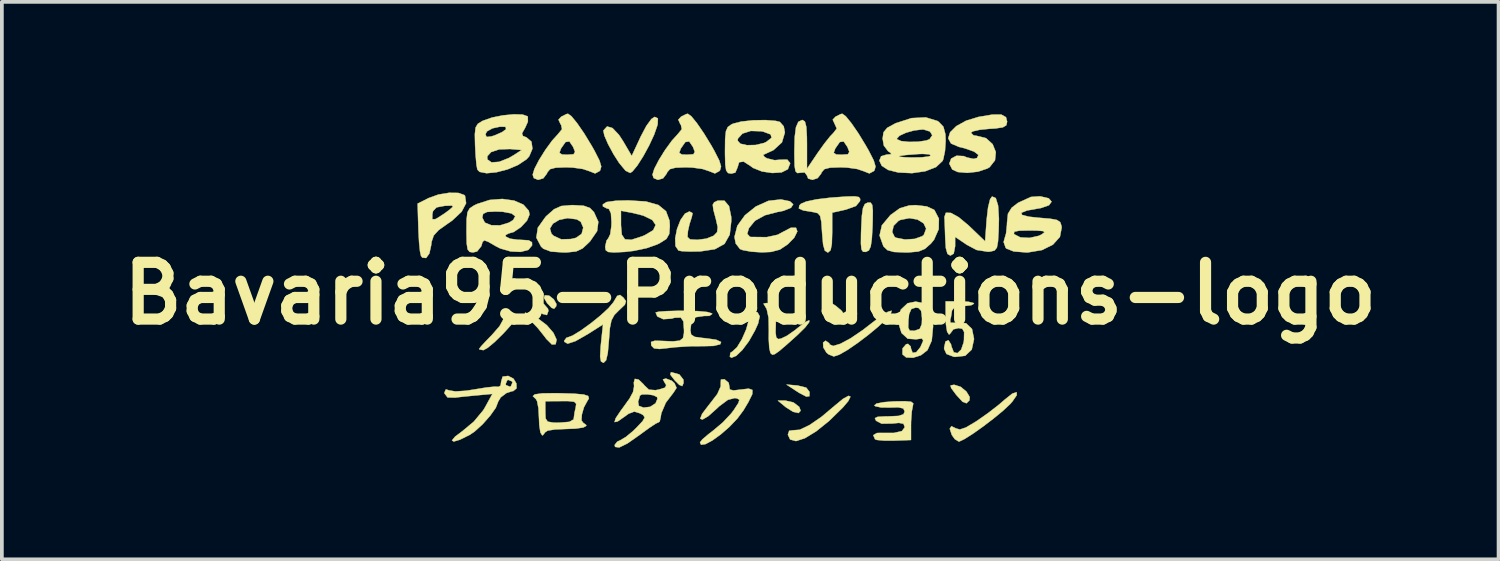
<source format=kicad_pcb>
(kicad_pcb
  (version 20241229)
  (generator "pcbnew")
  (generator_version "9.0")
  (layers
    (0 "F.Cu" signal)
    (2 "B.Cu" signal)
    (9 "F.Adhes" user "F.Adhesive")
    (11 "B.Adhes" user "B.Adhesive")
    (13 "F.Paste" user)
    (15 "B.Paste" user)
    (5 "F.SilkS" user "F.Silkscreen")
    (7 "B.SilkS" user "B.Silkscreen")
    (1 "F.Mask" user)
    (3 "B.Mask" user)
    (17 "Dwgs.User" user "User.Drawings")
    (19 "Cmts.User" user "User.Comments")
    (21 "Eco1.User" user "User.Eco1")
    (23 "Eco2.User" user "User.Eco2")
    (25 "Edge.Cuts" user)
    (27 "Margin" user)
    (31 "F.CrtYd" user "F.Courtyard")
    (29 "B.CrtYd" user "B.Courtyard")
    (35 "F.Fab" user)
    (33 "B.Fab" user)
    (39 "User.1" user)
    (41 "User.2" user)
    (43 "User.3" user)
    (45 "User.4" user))
  (footprint "Bavaria95-Productions-logo"
    (layer "F.Cu")
    (at 17.098 4.83)
    (property "Reference" "Bavaria95-Productions-logo" (at 0 0 0) (layer "F.SilkS") (effects (font (size 1.524 1.524) (thickness 0.3))))
    (attr through_hole)
    (fp_poly (pts (xy 1.269 2.473) (xy 1.504 2.53) (xy 1.593 2.646) (xy 1.59 2.761) (xy 1.506 2.771) (xy 1.319 2.673) (xy 1.228 2.615) (xy 0.974 2.448) (xy 1.269 2.473)) (stroke (width 0.01) (type solid)) (fill yes) (layer "F.SilkS"))
    (fp_poly (pts (xy -5.534 0.293) (xy -5.432 0.412) (xy -5.419 0.469) (xy -5.461 0.581) (xy -5.577 0.552) (xy -5.702 0.438) (xy -5.79 0.302) (xy -5.789 0.229) (xy -5.677 0.216) (xy -5.534 0.293)) (stroke (width 0.01) (type solid)) (fill yes) (layer "F.SilkS"))
    (fp_poly (pts (xy -5.401 0.06) (xy -5.276 0.159) (xy -5.204 0.285) (xy -5.211 0.345) (xy -5.267 0.412) (xy -5.336 0.385) (xy -5.453 0.262) (xy -5.538 0.121) (xy -5.516 0.05) (xy -5.401 0.06)) (stroke (width 0.01) (type solid)) (fill yes) (layer "F.SilkS"))
    (fp_poly (pts (xy -1.904 2.176) (xy -1.794 2.316) (xy -1.791 2.409) (xy -1.827 2.489) (xy -1.905 2.456) (xy -2.026 2.336) (xy -2.146 2.181) (xy -2.131 2.12) (xy -2.11 2.118) (xy -1.904 2.176)) (stroke (width 0.01) (type solid)) (fill yes) (layer "F.SilkS"))
    (fp_poly (pts (xy 1.161 2.928) (xy 1.316 3.047) (xy 1.355 3.15) (xy 1.297 3.213) (xy 1.151 3.179) (xy 0.959 3.058) (xy 0.943 3.045) (xy 0.743 2.879) (xy 0.947 2.879) (xy 1.161 2.928)) (stroke (width 0.01) (type solid)) (fill yes) (layer "F.SilkS"))
    (fp_poly (pts (xy 2.134 0.232) (xy 2.294 0.33) (xy 2.448 0.46) (xy 2.536 0.576) (xy 2.54 0.599) (xy 2.488 0.675) (xy 2.359 0.643) (xy 2.193 0.516) (xy 2.145 0.465) (xy 2.039 0.312) (xy 2.024 0.218) (xy 2.029 0.213) (xy 2.134 0.232)) (stroke (width 0.01) (type solid)) (fill yes) (layer "F.SilkS"))
    (fp_poly (pts (xy 5.652 2.509) (xy 5.805 2.635) (xy 5.894 2.781) (xy 5.888 2.873) (xy 5.807 2.95) (xy 5.704 2.911) (xy 5.55 2.744) (xy 5.518 2.705) (xy 5.397 2.542) (xy 5.379 2.472) (xy 5.46 2.456) (xy 5.484 2.455) (xy 5.652 2.509)) (stroke (width 0.01) (type solid)) (fill yes) (layer "F.SilkS"))
    (fp_poly (pts (xy -5.922 0.553) (xy -5.698 0.674) (xy -5.46 0.856) (xy -5.285 1.059) (xy -5.2 1.243) (xy -5.226 1.366) (xy -5.327 1.371) (xy -5.475 1.223) (xy -5.513 1.171) (xy -5.703 0.932) (xy -5.904 0.721) (xy -5.926 0.701) (xy -6.053 0.567) (xy -6.046 0.517) (xy -5.922 0.553)) (stroke (width 0.01) (type solid)) (fill yes) (layer "F.SilkS"))
    (fp_poly (pts (xy 2.692 2.772) (xy 2.633 2.892) (xy 2.491 3.06) (xy 2.12 3.423) (xy 1.771 3.704) (xy 1.467 3.889) (xy 1.227 3.966) (xy 1.072 3.923) (xy 1.011 3.794) (xy 1.046 3.689) (xy 1.153 3.675) (xy 1.329 3.662) (xy 1.592 3.536) (xy 1.917 3.312) (xy 2.267 3.017) (xy 2.493 2.831) (xy 2.64 2.751) (xy 2.692 2.772)) (stroke (width 0.01) (type solid)) (fill yes) (layer "F.SilkS"))
    (fp_poly (pts (xy 0.194 0.507) (xy 0.256 0.615) (xy 0.211 0.811) (xy 0.128 0.995) (xy -0.035 1.283) (xy -0.213 1.52) (xy -0.377 1.677) (xy -0.503 1.728) (xy -0.547 1.699) (xy -0.533 1.596) (xy -0.477 1.559) (xy -0.354 1.445) (xy -0.222 1.227) (xy -0.109 0.969) (xy -0.042 0.731) (xy -0.042 0.593) (xy -0.042 0.469) (xy 0.018 0.454) (xy 0.194 0.507)) (stroke (width 0.01) (type solid)) (fill yes) (layer "F.SilkS"))
    (fp_poly (pts (xy 3.233 -2.439) (xy 3.276 -2.378) (xy 3.293 -2.225) (xy 3.289 -1.947) (xy 3.285 -1.807) (xy 3.266 -1.466) (xy 3.236 -1.261) (xy 3.186 -1.155) (xy 3.108 -1.116) (xy 3.032 -1.117) (xy 2.989 -1.178) (xy 2.973 -1.331) (xy 2.976 -1.609) (xy 2.981 -1.749) (xy 2.999 -2.09) (xy 3.029 -2.295) (xy 3.079 -2.401) (xy 3.158 -2.44) (xy 3.233 -2.439)) (stroke (width 0.01) (type solid)) (fill yes) (layer "F.SilkS"))
    (fp_poly (pts (xy -6.389 0.542) (xy -6.316 0.61) (xy -6.312 0.689) (xy -6.39 0.811) (xy -6.568 1.009) (xy -6.644 1.09) (xy -6.864 1.306) (xy -7.051 1.461) (xy -7.166 1.524) (xy -7.168 1.524) (xy -7.272 1.504) (xy -7.281 1.492) (xy -7.226 1.419) (xy -7.084 1.266) (xy -6.933 1.111) (xy -6.731 0.879) (xy -6.634 0.702) (xy -6.633 0.638) (xy -6.639 0.501) (xy -6.538 0.47) (xy -6.389 0.542)) (stroke (width 0.01) (type solid)) (fill yes) (layer "F.SilkS"))
    (fp_poly (pts (xy 7.158 2.733) (xy 7.035 2.911) (xy 6.979 2.973) (xy 6.79 3.15) (xy 6.536 3.359) (xy 6.253 3.575) (xy 5.981 3.768) (xy 5.755 3.911) (xy 5.614 3.978) (xy 5.601 3.979) (xy 5.494 3.913) (xy 5.415 3.803) (xy 5.359 3.634) (xy 5.403 3.566) (xy 5.528 3.626) (xy 5.63 3.655) (xy 5.792 3.601) (xy 6.047 3.45) (xy 6.101 3.415) (xy 6.397 3.207) (xy 6.68 2.987) (xy 6.836 2.852) (xy 7.041 2.689) (xy 7.155 2.654) (xy 7.158 2.733)) (stroke (width 0.01) (type solid)) (fill yes) (layer "F.SilkS"))
    (fp_poly (pts (xy -2.48 -4.701) (xy -2.485 -4.554) (xy -2.495 -4.508) (xy -2.58 -4.264) (xy -2.714 -3.975) (xy -2.872 -3.685) (xy -3.03 -3.437) (xy -3.163 -3.275) (xy -3.224 -3.235) (xy -3.348 -3.296) (xy -3.522 -3.506) (xy -3.671 -3.739) (xy -3.819 -4.013) (xy -3.917 -4.239) (xy -3.944 -4.371) (xy -3.942 -4.377) (xy -3.844 -4.484) (xy -3.699 -4.441) (xy -3.524 -4.257) (xy -3.415 -4.09) (xy -3.182 -3.693) (xy -2.938 -4.217) (xy -2.789 -4.499) (xy -2.654 -4.684) (xy -2.566 -4.741) (xy -2.48 -4.701)) (stroke (width 0.01) (type solid)) (fill yes) (layer "F.SilkS"))
    (fp_poly (pts (xy 3.796 0.467) (xy 3.773 0.553) (xy 3.639 0.707) (xy 3.425 0.904) (xy 3.162 1.121) (xy 2.882 1.333) (xy 2.616 1.516) (xy 2.393 1.644) (xy 2.246 1.693) (xy 2.244 1.693) (xy 2.107 1.639) (xy 2.049 1.592) (xy 1.963 1.45) (xy 1.957 1.32) (xy 2.025 1.27) (xy 2.12 1.337) (xy 2.136 1.372) (xy 2.227 1.412) (xy 2.422 1.353) (xy 2.695 1.206) (xy 3.024 0.983) (xy 3.271 0.792) (xy 3.507 0.612) (xy 3.693 0.496) (xy 3.792 0.465) (xy 3.796 0.467)) (stroke (width 0.01) (type solid)) (fill yes) (layer "F.SilkS"))
    (fp_poly (pts (xy 2.917 -2.588) (xy 2.953 -2.54) (xy 2.949 -2.481) (xy 2.84 -2.348) (xy 2.567 -2.25) (xy 2.561 -2.249) (xy 2.201 -2.169) (xy 2.201 -1.635) (xy 2.192 -1.329) (xy 2.159 -1.161) (xy 2.095 -1.102) (xy 2.078 -1.101) (xy 2.004 -1.149) (xy 1.958 -1.311) (xy 1.931 -1.614) (xy 1.93 -1.63) (xy 1.911 -1.92) (xy 1.877 -2.082) (xy 1.812 -2.156) (xy 1.696 -2.184) (xy 1.693 -2.184) (xy 1.425 -2.228) (xy 1.306 -2.282) (xy 1.319 -2.361) (xy 1.361 -2.406) (xy 1.505 -2.468) (xy 1.779 -2.526) (xy 2.145 -2.57) (xy 2.23 -2.577) (xy 2.586 -2.602) (xy 2.805 -2.607) (xy 2.917 -2.588)) (stroke (width 0.01) (type solid)) (fill yes) (layer "F.SilkS"))
    (fp_poly (pts (xy 6.595 -2.56) (xy 6.657 -2.359) (xy 6.679 -2.005) (xy 6.672 -1.691) (xy 6.655 -1.396) (xy 6.625 -1.23) (xy 6.562 -1.152) (xy 6.447 -1.124) (xy 6.389 -1.118) (xy 6.079 -1.167) (xy 5.817 -1.306) (xy 5.503 -1.519) (xy 5.503 -1.267) (xy 5.465 -1.068) (xy 5.376 -1.016) (xy 5.298 -1.061) (xy 5.254 -1.217) (xy 5.237 -1.482) (xy 5.228 -1.76) (xy 5.22 -1.976) (xy 5.215 -2.052) (xy 5.255 -2.166) (xy 5.389 -2.162) (xy 5.598 -2.047) (xy 5.862 -1.828) (xy 5.887 -1.804) (xy 6.308 -1.4) (xy 6.35 -1.985) (xy 6.388 -2.31) (xy 6.442 -2.528) (xy 6.495 -2.603) (xy 6.595 -2.56)) (stroke (width 0.01) (type solid)) (fill yes) (layer "F.SilkS"))
    (fp_poly (pts (xy 0.508 0.267) (xy 0.622 0.297) (xy 0.68 0.371) (xy 0.696 0.535) (xy 0.688 0.777) (xy 0.681 1.047) (xy 0.699 1.185) (xy 0.754 1.226) (xy 0.826 1.215) (xy 0.989 1.136) (xy 1.202 0.987) (xy 1.273 0.929) (xy 1.482 0.767) (xy 1.585 0.721) (xy 1.583 0.774) (xy 1.477 0.912) (xy 1.268 1.118) (xy 1.257 1.128) (xy 0.966 1.388) (xy 0.776 1.55) (xy 0.66 1.631) (xy 0.595 1.647) (xy 0.554 1.613) (xy 0.541 1.593) (xy 0.511 1.46) (xy 0.497 1.217) (xy 0.5 0.996) (xy 0.493 0.654) (xy 0.443 0.422) (xy 0.412 0.368) (xy 0.356 0.275) (xy 0.431 0.258) (xy 0.508 0.267)) (stroke (width 0.01) (type solid)) (fill yes) (layer "F.SilkS"))
    (fp_poly (pts (xy 1.066 -2.474) (xy 1.155 -2.392) (xy 1.095 -2.3) (xy 0.892 -2.218) (xy 0.731 -2.187) (xy 0.395 -2.099) (xy 0.138 -1.957) (xy 0.117 -1.938) (xy -0.036 -1.751) (xy -0.08 -1.6) (xy -0.007 -1.52) (xy 0.021 -1.516) (xy 0.442 -1.511) (xy 0.739 -1.576) (xy 0.856 -1.64) (xy 1.089 -1.762) (xy 1.23 -1.762) (xy 1.265 -1.665) (xy 1.183 -1.498) (xy 1.01 -1.32) (xy 0.797 -1.177) (xy 0.558 -1.114) (xy 0.311 -1.103) (xy 0.029 -1.121) (xy -0.2 -1.163) (xy -0.275 -1.192) (xy -0.39 -1.342) (xy -0.423 -1.517) (xy -0.346 -1.816) (xy -0.141 -2.1) (xy 0.151 -2.334) (xy 0.489 -2.486) (xy 0.823 -2.524) (xy 1.066 -2.474)) (stroke (width 0.01) (type solid)) (fill yes) (layer "F.SilkS"))
    (fp_poly (pts (xy -3.409 0.11) (xy -3.337 0.208) (xy -3.366 0.302) (xy -3.513 0.444) (xy -3.52 0.449) (xy -3.649 0.579) (xy -3.727 0.724) (xy -3.77 0.935) (xy -3.795 1.26) (xy -3.825 1.601) (xy -3.87 1.795) (xy -3.936 1.862) (xy -3.945 1.863) (xy -4.008 1.827) (xy -4.031 1.698) (xy -4.017 1.443) (xy -4.008 1.348) (xy -3.954 0.834) (xy -4.364 1.094) (xy -4.694 1.282) (xy -4.903 1.35) (xy -4.992 1.3) (xy -4.995 1.27) (xy -4.933 1.188) (xy -4.913 1.185) (xy -4.77 1.132) (xy -4.545 0.994) (xy -4.282 0.804) (xy -4.022 0.594) (xy -3.806 0.395) (xy -3.676 0.24) (xy -3.669 0.228) (xy -3.573 0.067) (xy -3.496 0.041) (xy -3.409 0.11)) (stroke (width 0.01) (type solid)) (fill yes) (layer "F.SilkS"))
    (fp_poly (pts (xy -0.569 -2.345) (xy -0.511 -2.058) (xy -0.508 -1.95) (xy -0.55 -1.579) (xy -0.69 -1.331) (xy -0.947 -1.188) (xy -1.336 -1.129) (xy -1.62 -1.124) (xy -1.841 -1.135) (xy -1.926 -1.152) (xy -2.007 -1.27) (xy -2.015 -1.481) (xy -1.965 -1.732) (xy -1.872 -1.971) (xy -1.751 -2.144) (xy -1.632 -2.201) (xy -1.548 -2.155) (xy -1.569 -2.053) (xy -1.632 -1.856) (xy -1.673 -1.672) (xy -1.684 -1.515) (xy -1.615 -1.451) (xy -1.423 -1.439) (xy -1.177 -1.471) (xy -0.985 -1.548) (xy -0.981 -1.55) (xy -0.889 -1.646) (xy -0.873 -1.778) (xy -0.922 -1.995) (xy -0.989 -2.246) (xy -1.006 -2.382) (xy -0.968 -2.448) (xy -0.878 -2.49) (xy -0.694 -2.492) (xy -0.569 -2.345)) (stroke (width 0.01) (type solid)) (fill yes) (layer "F.SilkS"))
    (fp_poly (pts (xy -7.839 -2.699) (xy -7.678 -2.642) (xy -7.659 -2.62) (xy -7.63 -2.423) (xy -7.75 -2.195) (xy -8.005 -1.956) (xy -8.121 -1.876) (xy -8.366 -1.702) (xy -8.499 -1.557) (xy -8.556 -1.39) (xy -8.568 -1.295) (xy -8.617 -1.071) (xy -8.705 -0.951) (xy -8.805 -0.961) (xy -8.841 -1.006) (xy -8.868 -1.125) (xy -8.893 -1.366) (xy -8.91 -1.682) (xy -8.912 -1.751) (xy -8.92 -1.994) (xy -8.539 -1.994) (xy -8.463 -1.992) (xy -8.41 -2.019) (xy -8.218 -2.142) (xy -8.086 -2.239) (xy -7.985 -2.327) (xy -8.007 -2.359) (xy -8.174 -2.354) (xy -8.213 -2.351) (xy -8.423 -2.311) (xy -8.518 -2.212) (xy -8.537 -2.131) (xy -8.539 -1.994) (xy -8.92 -1.994) (xy -8.932 -2.413) (xy -8.636 -2.561) (xy -8.374 -2.655) (xy -8.089 -2.702) (xy -7.839 -2.699)) (stroke (width 0.01) (type solid)) (fill yes) (layer "F.SilkS"))
    (fp_poly (pts (xy -4.474 -2.355) (xy -4.304 -2.294) (xy -4.196 -2.182) (xy -4.079 -1.924) (xy -4.112 -1.673) (xy -4.301 -1.399) (xy -4.323 -1.376) (xy -4.5 -1.21) (xy -4.673 -1.128) (xy -4.915 -1.102) (xy -5.029 -1.101) (xy -5.351 -1.123) (xy -5.552 -1.198) (xy -5.617 -1.256) (xy -5.744 -1.498) (xy -5.707 -1.741) (xy -5.379 -1.741) (xy -5.337 -1.6) (xy -5.28 -1.547) (xy -5.075 -1.453) (xy -4.819 -1.46) (xy -4.678 -1.493) (xy -4.527 -1.6) (xy -4.484 -1.767) (xy -4.552 -1.925) (xy -4.659 -1.99) (xy -4.906 -2.022) (xy -5.13 -1.975) (xy -5.299 -1.874) (xy -5.379 -1.741) (xy -5.707 -1.741) (xy -5.704 -1.764) (xy -5.497 -2.055) (xy -5.469 -2.083) (xy -5.266 -2.262) (xy -5.075 -2.347) (xy -4.813 -2.37) (xy -4.755 -2.371) (xy -4.474 -2.355)) (stroke (width 0.01) (type solid)) (fill yes) (layer "F.SilkS"))
    (fp_poly (pts (xy 4.739 -2.337) (xy 4.937 -2.247) (xy 4.947 -2.238) (xy 5.067 -2.008) (xy 5.062 -1.725) (xy 4.937 -1.442) (xy 4.852 -1.338) (xy 4.691 -1.196) (xy 4.517 -1.125) (xy 4.263 -1.102) (xy 4.153 -1.101) (xy 3.86 -1.113) (xy 3.686 -1.161) (xy 3.583 -1.259) (xy 3.576 -1.269) (xy 3.474 -1.554) (xy 3.495 -1.648) (xy 3.813 -1.648) (xy 3.879 -1.516) (xy 3.916 -1.495) (xy 4.156 -1.448) (xy 4.416 -1.464) (xy 4.619 -1.536) (xy 4.663 -1.573) (xy 4.725 -1.739) (xy 4.656 -1.883) (xy 4.493 -1.984) (xy 4.274 -2.022) (xy 4.038 -1.975) (xy 3.984 -1.95) (xy 3.851 -1.816) (xy 3.813 -1.648) (xy 3.495 -1.648) (xy 3.536 -1.829) (xy 3.765 -2.103) (xy 3.771 -2.108) (xy 4.02 -2.288) (xy 4.27 -2.362) (xy 4.442 -2.371) (xy 4.739 -2.337)) (stroke (width 0.01) (type solid)) (fill yes) (layer "F.SilkS"))
    (fp_poly (pts (xy 4.322 2.91) (xy 4.379 2.954) (xy 4.369 3.013) (xy 4.338 3.176) (xy 4.32 3.429) (xy 4.318 3.542) (xy 4.318 3.937) (xy 3.861 3.953) (xy 3.597 3.953) (xy 3.409 3.936) (xy 3.353 3.918) (xy 3.304 3.807) (xy 3.403 3.749) (xy 3.493 3.746) (xy 3.858 3.747) (xy 4.072 3.698) (xy 4.148 3.598) (xy 4.149 3.587) (xy 4.117 3.501) (xy 3.994 3.477) (xy 3.813 3.494) (xy 3.53 3.498) (xy 3.38 3.42) (xy 3.348 3.351) (xy 3.42 3.315) (xy 3.624 3.303) (xy 3.715 3.302) (xy 3.982 3.29) (xy 4.116 3.246) (xy 4.149 3.171) (xy 4.112 3.09) (xy 3.977 3.059) (xy 3.755 3.065) (xy 3.517 3.063) (xy 3.362 3.031) (xy 3.333 3.006) (xy 3.395 2.957) (xy 3.594 2.92) (xy 3.862 2.9) (xy 4.161 2.895) (xy 4.322 2.91)) (stroke (width 0.01) (type solid)) (fill yes) (layer "F.SilkS"))
    (fp_poly (pts (xy 6.745 -4.802) (xy 6.869 -4.733) (xy 6.9 -4.613) (xy 6.878 -4.516) (xy 6.785 -4.46) (xy 6.583 -4.43) (xy 6.413 -4.42) (xy 6.152 -4.393) (xy 5.975 -4.351) (xy 5.927 -4.314) (xy 5.997 -4.246) (xy 6.077 -4.233) (xy 6.332 -4.17) (xy 6.51 -4.009) (xy 6.596 -3.796) (xy 6.574 -3.575) (xy 6.43 -3.391) (xy 6.371 -3.355) (xy 6.118 -3.27) (xy 5.83 -3.238) (xy 5.575 -3.26) (xy 5.427 -3.327) (xy 5.346 -3.485) (xy 5.396 -3.619) (xy 5.538 -3.697) (xy 5.734 -3.688) (xy 5.822 -3.651) (xy 5.999 -3.613) (xy 6.091 -3.637) (xy 6.129 -3.719) (xy 6.014 -3.808) (xy 5.762 -3.897) (xy 5.609 -3.934) (xy 5.393 -4.026) (xy 5.317 -4.165) (xy 5.369 -4.328) (xy 5.535 -4.493) (xy 5.799 -4.639) (xy 6.131 -4.74) (xy 6.506 -4.803) (xy 6.745 -4.802)) (stroke (width 0.01) (type solid)) (fill yes) (layer "F.SilkS"))
    (fp_poly (pts (xy -0.578 2.401) (xy -0.563 2.486) (xy -0.548 2.58) (xy -0.452 2.606) (xy -0.246 2.581) (xy -0.04 2.558) (xy 0.059 2.593) (xy 0.055 2.706) (xy -0.051 2.921) (xy -0.183 3.142) (xy -0.348 3.363) (xy -0.561 3.586) (xy -0.794 3.788) (xy -1.017 3.949) (xy -1.202 4.048) (xy -1.321 4.063) (xy -1.349 4) (xy -1.284 3.919) (xy -1.12 3.779) (xy -0.992 3.681) (xy -0.735 3.464) (xy -0.506 3.219) (xy -0.44 3.131) (xy -0.319 2.945) (xy -0.291 2.856) (xy -0.351 2.821) (xy -0.414 2.81) (xy -0.6 2.858) (xy -0.84 3.037) (xy -0.889 3.085) (xy -1.127 3.297) (xy -1.283 3.388) (xy -1.343 3.364) (xy -1.291 3.233) (xy -1.114 3) (xy -1.103 2.988) (xy -0.883 2.702) (xy -0.791 2.494) (xy -0.792 2.433) (xy -0.787 2.314) (xy -0.692 2.305) (xy -0.578 2.401)) (stroke (width 0.01) (type solid)) (fill yes) (layer "F.SilkS"))
    (fp_poly (pts (xy -2.801 -2.469) (xy -2.467 -2.375) (xy -2.261 -2.207) (xy -2.168 -1.956) (xy -2.159 -1.811) (xy -2.175 -1.596) (xy -2.251 -1.463) (xy -2.431 -1.349) (xy -2.498 -1.316) (xy -2.774 -1.218) (xy -3.127 -1.143) (xy -3.365 -1.115) (xy -3.655 -1.101) (xy -3.814 -1.113) (xy -3.881 -1.161) (xy -3.895 -1.255) (xy -3.858 -1.421) (xy -3.81 -1.482) (xy -3.759 -1.591) (xy -3.729 -1.806) (xy -3.728 -1.83) (xy -3.471 -1.83) (xy -3.449 -1.579) (xy -3.365 -1.453) (xy -3.194 -1.44) (xy -2.91 -1.531) (xy -2.834 -1.562) (xy -2.606 -1.698) (xy -2.54 -1.839) (xy -2.631 -1.973) (xy -2.873 -2.09) (xy -3.155 -2.161) (xy -3.471 -2.22) (xy -3.471 -1.83) (xy -3.728 -1.83) (xy -3.725 -1.91) (xy -3.741 -2.155) (xy -3.796 -2.268) (xy -3.859 -2.286) (xy -3.957 -2.338) (xy -3.957 -2.392) (xy -3.858 -2.454) (xy -3.607 -2.489) (xy -3.279 -2.498) (xy -2.801 -2.469)) (stroke (width 0.01) (type solid)) (fill yes) (layer "F.SilkS"))
    (fp_poly (pts (xy -1.412 0.475) (xy -1.153 0.499) (xy -1.028 0.537) (xy -1.02 0.55) (xy -1.095 0.603) (xy -1.243 0.606) (xy -1.464 0.639) (xy -1.584 0.807) (xy -1.607 0.99) (xy -1.586 1.106) (xy -1.49 1.167) (xy -1.278 1.197) (xy -1.213 1.202) (xy -0.917 1.243) (xy -0.782 1.305) (xy -0.806 1.367) (xy -0.987 1.41) (xy -1.243 1.416) (xy -1.615 1.419) (xy -2.004 1.444) (xy -2.171 1.463) (xy -2.436 1.492) (xy -2.582 1.476) (xy -2.651 1.407) (xy -2.658 1.391) (xy -2.663 1.303) (xy -2.562 1.271) (xy -2.392 1.275) (xy -2.076 1.288) (xy -1.892 1.268) (xy -1.805 1.199) (xy -1.779 1.064) (xy -1.778 0.988) (xy -1.795 0.749) (xy -1.866 0.648) (xy -2.026 0.653) (xy -2.114 0.677) (xy -2.335 0.692) (xy -2.495 0.618) (xy -2.54 0.512) (xy -2.462 0.492) (xy -2.252 0.476) (xy -1.948 0.467) (xy -1.778 0.466) (xy -1.412 0.475)) (stroke (width 0.01) (type solid)) (fill yes) (layer "F.SilkS"))
    (fp_poly (pts (xy 5.858 0.224) (xy 5.994 0.256) (xy 6.011 0.275) (xy 5.937 0.317) (xy 5.754 0.338) (xy 5.715 0.339) (xy 5.49 0.369) (xy 5.419 0.459) (xy 5.389 0.648) (xy 5.371 0.702) (xy 5.375 0.786) (xy 5.502 0.79) (xy 5.541 0.784) (xy 5.795 0.8) (xy 5.956 0.954) (xy 6.011 1.225) (xy 5.949 1.509) (xy 5.773 1.675) (xy 5.504 1.705) (xy 5.461 1.699) (xy 5.271 1.627) (xy 5.208 1.49) (xy 5.207 1.46) (xy 5.244 1.292) (xy 5.322 1.257) (xy 5.392 1.365) (xy 5.404 1.423) (xy 5.467 1.582) (xy 5.565 1.604) (xy 5.666 1.509) (xy 5.733 1.313) (xy 5.741 1.248) (xy 5.745 1.038) (xy 5.696 0.949) (xy 5.593 0.931) (xy 5.453 0.966) (xy 5.419 1.016) (xy 5.354 1.098) (xy 5.334 1.101) (xy 5.287 1.024) (xy 5.256 0.828) (xy 5.249 0.656) (xy 5.249 0.212) (xy 5.63 0.212) (xy 5.858 0.224)) (stroke (width 0.01) (type solid)) (fill yes) (layer "F.SilkS"))
    (fp_poly (pts (xy 4.69 0.27) (xy 4.839 0.432) (xy 4.905 0.724) (xy 4.911 0.89) (xy 4.875 1.267) (xy 4.763 1.518) (xy 4.755 1.529) (xy 4.585 1.66) (xy 4.376 1.727) (xy 4.189 1.72) (xy 4.089 1.637) (xy 4.091 1.477) (xy 4.186 1.366) (xy 4.238 1.355) (xy 4.309 1.423) (xy 4.318 1.482) (xy 4.361 1.596) (xy 4.46 1.579) (xy 4.569 1.445) (xy 4.646 1.271) (xy 4.612 1.21) (xy 4.457 1.232) (xy 4.23 1.216) (xy 4.063 1.063) (xy 4.017 0.914) (xy 4.242 0.914) (xy 4.283 0.999) (xy 4.399 1.004) (xy 4.418 1.001) (xy 4.554 0.952) (xy 4.608 0.821) (xy 4.614 0.677) (xy 4.595 0.473) (xy 4.521 0.391) (xy 4.445 0.381) (xy 4.328 0.417) (xy 4.268 0.552) (xy 4.249 0.705) (xy 4.242 0.914) (xy 4.017 0.914) (xy 3.983 0.8) (xy 3.979 0.724) (xy 4.043 0.438) (xy 4.225 0.265) (xy 4.445 0.22) (xy 4.69 0.27)) (stroke (width 0.01) (type solid)) (fill yes) (layer "F.SilkS"))
    (fp_poly (pts (xy -4.8 -4.757) (xy -4.648 -4.571) (xy -4.46 -4.298) (xy -4.26 -3.969) (xy -4.183 -3.834) (xy -4.049 -3.571) (xy -4.001 -3.408) (xy -4.028 -3.307) (xy -4.046 -3.286) (xy -4.166 -3.222) (xy -4.319 -3.283) (xy -4.496 -3.342) (xy -4.768 -3.38) (xy -4.946 -3.387) (xy -5.222 -3.377) (xy -5.375 -3.337) (xy -5.448 -3.252) (xy -5.461 -3.217) (xy -5.557 -3.091) (xy -5.697 -3.05) (xy -5.812 -3.098) (xy -5.842 -3.189) (xy -5.794 -3.347) (xy -5.67 -3.586) (xy -5.551 -3.775) (xy -5.124 -3.775) (xy -5.054 -3.731) (xy -4.915 -3.725) (xy -4.743 -3.737) (xy -4.705 -3.802) (xy -4.756 -3.934) (xy -4.856 -4.081) (xy -4.96 -4.066) (xy -5.083 -3.89) (xy -5.124 -3.775) (xy -5.551 -3.775) (xy -5.501 -3.855) (xy -5.32 -4.104) (xy -5.164 -4.276) (xy -5.054 -4.411) (xy -5.078 -4.525) (xy -5.096 -4.549) (xy -5.149 -4.667) (xy -5.075 -4.746) (xy -4.937 -4.815) (xy -4.894 -4.825) (xy -4.8 -4.757)) (stroke (width 0.01) (type solid)) (fill yes) (layer "F.SilkS"))
    (fp_poly (pts (xy -1.582 -4.757) (xy -1.43 -4.571) (xy -1.243 -4.298) (xy -1.042 -3.969) (xy -0.966 -3.834) (xy -0.832 -3.571) (xy -0.783 -3.408) (xy -0.811 -3.307) (xy -0.829 -3.286) (xy -0.948 -3.222) (xy -1.102 -3.283) (xy -1.279 -3.342) (xy -1.551 -3.38) (xy -1.729 -3.387) (xy -2.005 -3.377) (xy -2.157 -3.337) (xy -2.231 -3.252) (xy -2.244 -3.217) (xy -2.34 -3.091) (xy -2.479 -3.05) (xy -2.594 -3.098) (xy -2.625 -3.189) (xy -2.576 -3.347) (xy -2.452 -3.586) (xy -2.334 -3.775) (xy -1.907 -3.775) (xy -1.836 -3.731) (xy -1.698 -3.725) (xy -1.525 -3.737) (xy -1.488 -3.802) (xy -1.538 -3.934) (xy -1.638 -4.081) (xy -1.743 -4.066) (xy -1.865 -3.89) (xy -1.907 -3.775) (xy -2.334 -3.775) (xy -2.284 -3.855) (xy -2.103 -4.104) (xy -1.947 -4.276) (xy -1.836 -4.411) (xy -1.861 -4.525) (xy -1.879 -4.549) (xy -1.932 -4.667) (xy -1.857 -4.746) (xy -1.719 -4.815) (xy -1.676 -4.825) (xy -1.582 -4.757)) (stroke (width 0.01) (type solid)) (fill yes) (layer "F.SilkS"))
    (fp_poly (pts (xy -5.116 2.681) (xy -4.722 2.693) (xy -4.474 2.715) (xy -4.352 2.755) (xy -4.332 2.819) (xy -4.379 2.898) (xy -4.466 3.059) (xy -4.521 3.25) (xy -4.532 3.408) (xy -4.489 3.471) (xy -4.405 3.535) (xy -4.403 3.556) (xy -4.48 3.6) (xy -4.686 3.631) (xy -4.953 3.641) (xy -5.241 3.653) (xy -5.437 3.684) (xy -5.503 3.725) (xy -5.568 3.808) (xy -5.588 3.81) (xy -5.635 3.733) (xy -5.665 3.536) (xy -5.673 3.349) (xy -5.687 3.084) (xy -5.724 2.895) (xy -5.503 2.895) (xy -5.503 3.183) (xy -5.495 3.36) (xy -5.438 3.444) (xy -5.288 3.47) (xy -5.122 3.471) (xy -4.857 3.449) (xy -4.744 3.384) (xy -4.74 3.365) (xy -4.718 3.201) (xy -4.689 3.074) (xy -4.673 2.965) (xy -4.727 2.91) (xy -4.887 2.892) (xy -5.071 2.892) (xy -5.503 2.895) (xy -5.724 2.895) (xy -5.724 2.894) (xy -5.757 2.836) (xy -5.838 2.76) (xy -5.785 2.711) (xy -5.586 2.684) (xy -5.231 2.679) (xy -5.116 2.681)) (stroke (width 0.01) (type solid)) (fill yes) (layer "F.SilkS"))
    (fp_poly (pts (xy 8.017 -2.554) (xy 8.094 -2.464) (xy 8.023 -2.367) (xy 7.806 -2.292) (xy 7.747 -2.283) (xy 7.43 -2.226) (xy 7.281 -2.165) (xy 7.3 -2.108) (xy 7.487 -2.06) (xy 7.747 -2.032) (xy 8.058 -2.006) (xy 8.237 -1.972) (xy 8.325 -1.914) (xy 8.359 -1.815) (xy 8.365 -1.768) (xy 8.317 -1.518) (xy 8.13 -1.31) (xy 7.836 -1.164) (xy 7.464 -1.102) (xy 7.412 -1.101) (xy 7.077 -1.127) (xy 6.88 -1.205) (xy 6.861 -1.224) (xy 6.806 -1.379) (xy 6.826 -1.456) (xy 6.87 -1.606) (xy 7.081 -1.606) (xy 7.094 -1.587) (xy 7.257 -1.504) (xy 7.501 -1.491) (xy 7.751 -1.547) (xy 7.832 -1.587) (xy 7.903 -1.643) (xy 7.865 -1.674) (xy 7.696 -1.688) (xy 7.504 -1.691) (xy 7.227 -1.685) (xy 7.094 -1.658) (xy 7.081 -1.606) (xy 6.87 -1.606) (xy 6.871 -1.607) (xy 6.895 -1.843) (xy 6.897 -1.901) (xy 6.922 -2.139) (xy 7.022 -2.301) (xy 7.194 -2.434) (xy 7.538 -2.591) (xy 7.787 -2.608) (xy 8.017 -2.554)) (stroke (width 0.01) (type solid)) (fill yes) (layer "F.SilkS"))
    (fp_poly (pts (xy -6.498 2.217) (xy -6.358 2.289) (xy -6.279 2.42) (xy -6.276 2.551) (xy -6.365 2.623) (xy -6.392 2.625) (xy -6.548 2.676) (xy -6.701 2.792) (xy -6.773 2.912) (xy -6.773 2.917) (xy -6.832 3.07) (xy -6.983 3.283) (xy -7.184 3.511) (xy -7.398 3.706) (xy -7.527 3.795) (xy -7.797 3.929) (xy -7.962 3.978) (xy -8.01 3.948) (xy -7.926 3.846) (xy -7.737 3.704) (xy -7.422 3.442) (xy -7.17 3.138) (xy -7.125 3.064) (xy -6.924 2.698) (xy -7.382 2.741) (xy -7.653 2.767) (xy -7.855 2.789) (xy -7.921 2.798) (xy -8.127 2.794) (xy -8.211 2.685) (xy -8.213 2.663) (xy -8.174 2.577) (xy -8.08 2.606) (xy -7.917 2.632) (xy -7.633 2.614) (xy -7.383 2.575) (xy -7.09 2.527) (xy -6.863 2.503) (xy -6.754 2.509) (xy -6.703 2.473) (xy -6.698 2.436) (xy -6.569 2.436) (xy -6.557 2.463) (xy -6.454 2.505) (xy -6.427 2.493) (xy -6.385 2.39) (xy -6.397 2.363) (xy -6.5 2.321) (xy -6.527 2.333) (xy -6.569 2.436) (xy -6.698 2.436) (xy -6.689 2.37) (xy -6.65 2.235) (xy -6.505 2.216) (xy -6.498 2.217)) (stroke (width 0.01) (type solid)) (fill yes) (layer "F.SilkS"))
    (fp_poly (pts (xy -6.341 -2.493) (xy -6.092 -2.385) (xy -5.947 -2.221) (xy -5.927 -2.118) (xy -5.994 -1.957) (xy -6.156 -1.782) (xy -6.352 -1.649) (xy -6.493 -1.609) (xy -6.572 -1.565) (xy -6.562 -1.524) (xy -6.451 -1.47) (xy -6.24 -1.441) (xy -6.169 -1.439) (xy -5.95 -1.426) (xy -5.861 -1.374) (xy -5.858 -1.291) (xy -5.957 -1.17) (xy -6.165 -1.115) (xy -6.432 -1.127) (xy -6.711 -1.207) (xy -6.826 -1.265) (xy -7.035 -1.386) (xy -7.141 -1.425) (xy -7.189 -1.382) (xy -7.221 -1.27) (xy -7.335 -1.127) (xy -7.443 -1.101) (xy -7.536 -1.115) (xy -7.59 -1.183) (xy -7.614 -1.341) (xy -7.62 -1.625) (xy -7.62 -1.684) (xy -7.617 -1.992) (xy -7.611 -2.038) (xy -7.197 -2.038) (xy -7.126 -1.901) (xy -6.949 -1.83) (xy -6.716 -1.829) (xy -6.479 -1.901) (xy -6.367 -1.971) (xy -6.311 -2.072) (xy -6.409 -2.148) (xy -6.643 -2.192) (xy -6.837 -2.2) (xy -7.068 -2.188) (xy -7.173 -2.137) (xy -7.197 -2.038) (xy -7.611 -2.038) (xy -7.594 -2.177) (xy -7.535 -2.284) (xy -7.42 -2.361) (xy -7.332 -2.403) (xy -7 -2.51) (xy -6.657 -2.537) (xy -6.341 -2.493)) (stroke (width 0.01) (type solid)) (fill yes) (layer "F.SilkS"))
    (fp_poly (pts (xy 0.687 -4.633) (xy 0.797 -4.605) (xy 0.9 -4.487) (xy 0.931 -4.322) (xy 0.852 -4.056) (xy 0.626 -3.849) (xy 0.466 -3.775) (xy 0.347 -3.721) (xy 0.385 -3.665) (xy 0.451 -3.627) (xy 0.653 -3.578) (xy 0.805 -3.591) (xy 0.997 -3.592) (xy 1.074 -3.497) (xy 1.012 -3.339) (xy 1.005 -3.332) (xy 0.844 -3.251) (xy 0.593 -3.234) (xy 0.316 -3.275) (xy 0.079 -3.369) (xy 0.011 -3.419) (xy -0.175 -3.54) (xy -0.299 -3.523) (xy -0.339 -3.387) (xy -0.399 -3.245) (xy -0.508 -3.217) (xy -0.595 -3.233) (xy -0.646 -3.302) (xy -0.67 -3.461) (xy -0.677 -3.746) (xy -0.677 -3.839) (xy -0.674 -4.103) (xy -0.339 -4.103) (xy -0.266 -4.021) (xy -0.086 -3.981) (xy 0.144 -3.986) (xy 0.367 -4.039) (xy 0.429 -4.067) (xy 0.573 -4.179) (xy 0.549 -4.27) (xy 0.357 -4.342) (xy 0.298 -4.355) (xy 0.016 -4.364) (xy -0.208 -4.293) (xy -0.329 -4.16) (xy -0.339 -4.103) (xy -0.674 -4.103) (xy -0.673 -4.161) (xy -0.652 -4.357) (xy -0.602 -4.468) (xy -0.51 -4.535) (xy -0.462 -4.558) (xy -0.241 -4.615) (xy 0.072 -4.649) (xy 0.406 -4.655) (xy 0.687 -4.633)) (stroke (width 0.01) (type solid)) (fill yes) (layer "F.SilkS"))
    (fp_poly (pts (xy -6.111 -4.803) (xy -5.979 -4.756) (xy -5.973 -4.748) (xy -5.971 -4.612) (xy -6.045 -4.447) (xy -6.129 -4.299) (xy -6.104 -4.228) (xy -6.01 -4.191) (xy -5.875 -4.075) (xy -5.849 -3.887) (xy -5.934 -3.683) (xy -6.006 -3.603) (xy -6.233 -3.451) (xy -6.517 -3.331) (xy -6.814 -3.254) (xy -7.079 -3.228) (xy -7.267 -3.264) (xy -7.328 -3.325) (xy -7.353 -3.462) (xy -7.372 -3.681) (xy -7.063 -3.681) (xy -7.058 -3.598) (xy -6.947 -3.519) (xy -6.741 -3.534) (xy -6.478 -3.639) (xy -6.35 -3.714) (xy -6.138 -3.852) (xy -6.452 -3.878) (xy -6.742 -3.868) (xy -6.958 -3.797) (xy -7.063 -3.681) (xy -7.372 -3.681) (xy -7.375 -3.711) (xy -7.389 -3.98) (xy -7.395 -4.27) (xy -7.112 -4.27) (xy -7.077 -4.202) (xy -6.947 -4.217) (xy -6.858 -4.246) (xy -6.665 -4.331) (xy -6.557 -4.41) (xy -6.557 -4.411) (xy -6.573 -4.475) (xy -6.727 -4.476) (xy -6.921 -4.434) (xy -7.07 -4.352) (xy -7.112 -4.27) (xy -7.395 -4.27) (xy -7.395 -4.277) (xy -7.376 -4.453) (xy -7.316 -4.554) (xy -7.201 -4.626) (xy -7.172 -4.64) (xy -6.931 -4.724) (xy -6.64 -4.782) (xy -6.349 -4.81) (xy -6.111 -4.803)) (stroke (width 0.01) (type solid)) (fill yes) (layer "F.SilkS"))
    (fp_poly (pts (xy 5.026 -4.632) (xy 5.061 -4.61) (xy 5.188 -4.477) (xy 5.242 -4.275) (xy 5.249 -4.096) (xy 5.231 -3.826) (xy 5.186 -3.608) (xy 5.166 -3.559) (xy 4.991 -3.393) (xy 4.702 -3.281) (xy 4.346 -3.23) (xy 3.974 -3.248) (xy 3.704 -3.316) (xy 3.532 -3.428) (xy 3.467 -3.567) (xy 3.511 -3.672) (xy 3.999 -3.672) (xy 4.154 -3.656) (xy 4.334 -3.65) (xy 4.603 -3.655) (xy 4.794 -3.678) (xy 4.855 -3.704) (xy 4.804 -3.736) (xy 4.63 -3.747) (xy 4.5 -3.742) (xy 4.176 -3.717) (xy 4.008 -3.692) (xy 3.999 -3.672) (xy 3.511 -3.672) (xy 3.515 -3.683) (xy 3.662 -3.728) (xy 3.79 -3.739) (xy 3.761 -3.782) (xy 3.704 -3.817) (xy 3.588 -3.972) (xy 3.556 -4.157) (xy 3.556 -4.157) (xy 3.938 -4.157) (xy 3.942 -4.14) (xy 4.054 -4.091) (xy 4.266 -4.069) (xy 4.512 -4.074) (xy 4.726 -4.106) (xy 4.816 -4.14) (xy 4.889 -4.247) (xy 4.828 -4.348) (xy 4.661 -4.401) (xy 4.622 -4.403) (xy 4.403 -4.377) (xy 4.181 -4.315) (xy 4.009 -4.235) (xy 3.938 -4.157) (xy 3.556 -4.157) (xy 3.58 -4.327) (xy 3.679 -4.447) (xy 3.895 -4.565) (xy 3.916 -4.574) (xy 4.332 -4.708) (xy 4.716 -4.727) (xy 5.026 -4.632)) (stroke (width 0.01) (type solid)) (fill yes) (layer "F.SilkS"))
    (fp_poly (pts (xy 2.566 -4.757) (xy 2.718 -4.571) (xy 2.906 -4.298) (xy 3.106 -3.969) (xy 3.183 -3.834) (xy 3.317 -3.571) (xy 3.365 -3.408) (xy 3.338 -3.307) (xy 3.32 -3.286) (xy 3.2 -3.222) (xy 3.047 -3.283) (xy 2.87 -3.342) (xy 2.598 -3.38) (xy 2.42 -3.387) (xy 2.144 -3.377) (xy 1.991 -3.337) (xy 1.918 -3.252) (xy 1.905 -3.217) (xy 1.811 -3.097) (xy 1.673 -3.05) (xy 1.556 -3.085) (xy 1.524 -3.167) (xy 1.462 -3.25) (xy 1.355 -3.242) (xy 1.266 -3.232) (xy 1.216 -3.281) (xy 1.192 -3.424) (xy 1.186 -3.693) (xy 1.185 -3.793) (xy 1.195 -4.201) (xy 1.229 -4.464) (xy 1.292 -4.608) (xy 1.391 -4.656) (xy 1.406 -4.657) (xy 1.469 -4.616) (xy 1.506 -4.475) (xy 1.522 -4.207) (xy 1.524 -4.002) (xy 1.524 -3.347) (xy 1.81 -3.771) (xy 1.813 -3.775) (xy 2.242 -3.775) (xy 2.312 -3.731) (xy 2.451 -3.725) (xy 2.623 -3.737) (xy 2.661 -3.802) (xy 2.61 -3.934) (xy 2.51 -4.081) (xy 2.406 -4.066) (xy 2.283 -3.89) (xy 2.242 -3.775) (xy 1.813 -3.775) (xy 1.988 -4.02) (xy 2.149 -4.222) (xy 2.234 -4.31) (xy 2.324 -4.428) (xy 2.271 -4.547) (xy 2.216 -4.666) (xy 2.291 -4.746) (xy 2.429 -4.815) (xy 2.472 -4.825) (xy 2.566 -4.757)) (stroke (width 0.01) (type solid)) (fill yes) (layer "F.SilkS"))
    (fp_poly (pts (xy -2.106 2.346) (xy -2.034 2.411) (xy -1.978 2.536) (xy -2.061 2.666) (xy -2.066 2.671) (xy -2.267 2.935) (xy -2.388 3.218) (xy -2.404 3.321) (xy -2.431 3.441) (xy -2.455 3.458) (xy -2.539 3.497) (xy -2.717 3.615) (xy -2.954 3.788) (xy -2.963 3.795) (xy -3.297 4.029) (xy -3.518 4.137) (xy -3.628 4.122) (xy -3.641 4.07) (xy -3.571 3.982) (xy -3.487 3.942) (xy -3.338 3.854) (xy -3.139 3.688) (xy -3.055 3.606) (xy -2.89 3.43) (xy -2.834 3.332) (xy -2.873 3.269) (xy -2.957 3.221) (xy -3.113 3.173) (xy -3.269 3.232) (xy -3.358 3.298) (xy -3.559 3.438) (xy -3.644 3.456) (xy -3.614 3.354) (xy -3.468 3.136) (xy -3.428 3.084) (xy -3.301 2.907) (xy -3.012 2.907) (xy -2.992 3.02) (xy -2.864 3.067) (xy -2.685 3.045) (xy -2.542 2.951) (xy -2.49 2.827) (xy -2.505 2.782) (xy -2.6 2.735) (xy -2.761 2.71) (xy -2.908 2.713) (xy -2.963 2.745) (xy -2.99 2.845) (xy -3.012 2.907) (xy -3.301 2.907) (xy -3.243 2.828) (xy -3.147 2.649) (xy -3.119 2.498) (xy -3.126 2.392) (xy -3.098 2.295) (xy -2.997 2.314) (xy -2.866 2.439) (xy -2.848 2.464) (xy -2.721 2.585) (xy -2.544 2.599) (xy -2.459 2.583) (xy -2.286 2.53) (xy -2.256 2.461) (xy -2.292 2.405) (xy -2.345 2.309) (xy -2.264 2.286) (xy -2.106 2.346)) (stroke (width 0.01) (type solid)) (fill yes) (layer "F.SilkS")))
  (gr_rect
    (start -3 -3)
    (end 37.196 11.972)
    (stroke (width 0.1) (type default))
    (fill no)
    (layer "Edge.Cuts")))
</source>
